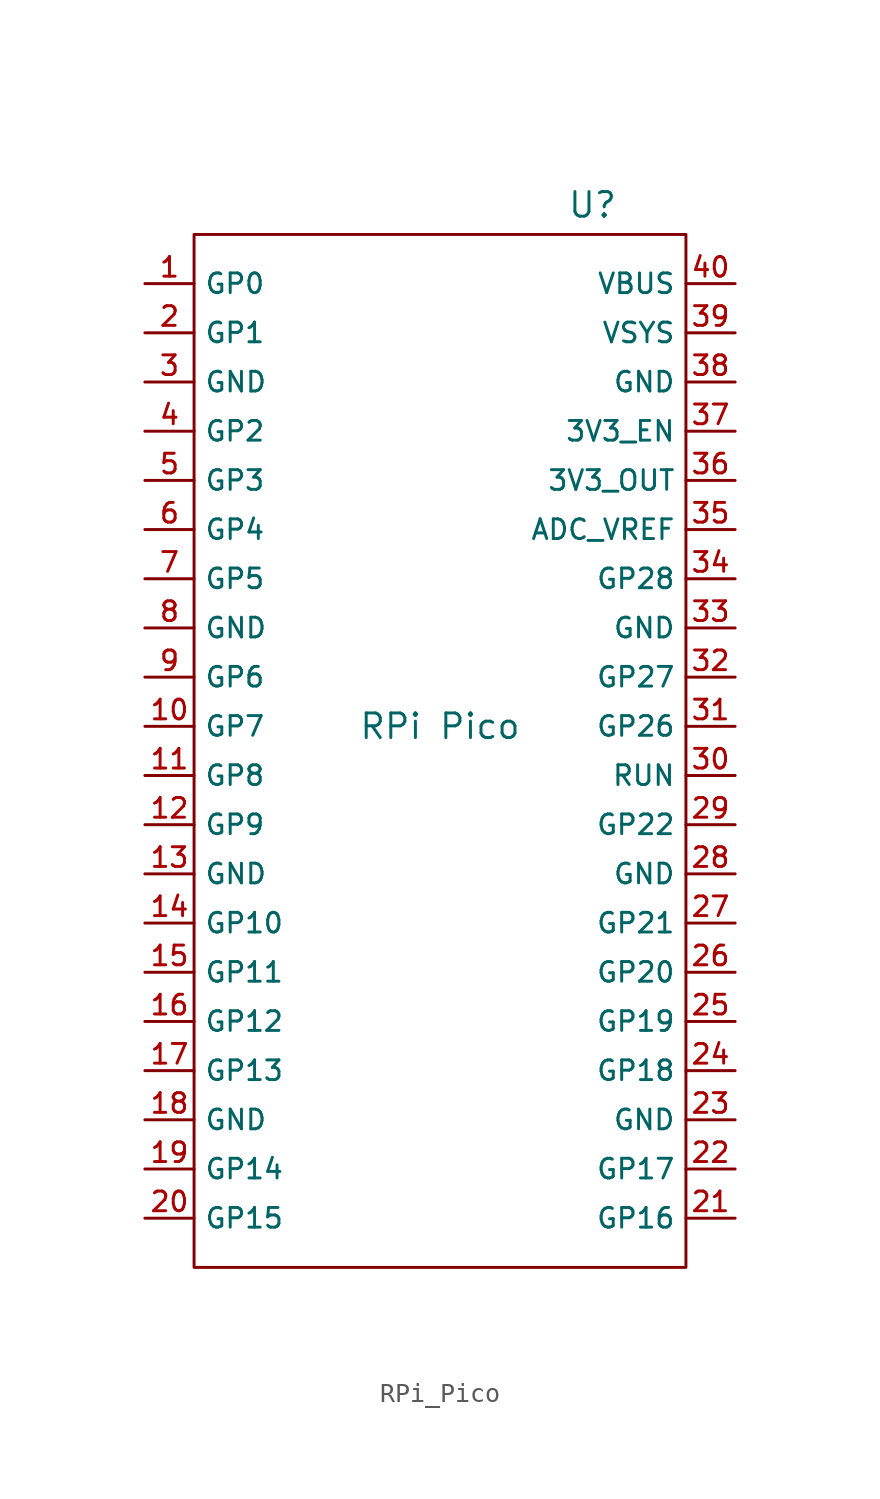
<source format=kicad_sym>
(kicad_symbol_lib
  (version 20231120)
  (generator "kicad_symbol_editor")
  (generator_version "8.0")
  (symbol "RPi_Pico"
    (property "Reference" "U"
      (at 7.874 26.924 0)
      (effects (font (size 1.27 1.27))))
    (property "Value" "RPi Pico"
      (at 0 0 0)
      (effects (font (size 1.27 1.27))))
    (symbol "RPi_Pico_0_1"
      (rectangle (start -12.7 25.4) (end 12.7 -27.94) (stroke (width 0) (type default)) (fill (type none))))
    (symbol "RPi_Pico_1_1"
      (pin passive line (at -15.24 22.86 0) (length 2.54) (name "GP0" (effects (font (size 1.016 1.016)))) (number "1" (effects (font (size 1.016 1.016)))))
      (pin passive line (at -15.24 0 0) (length 2.54) (name "GP7" (effects (font (size 1.016 1.016)))) (number "10" (effects (font (size 1.016 1.016)))))
      (pin passive line (at -15.24 -2.54 0) (length 2.54) (name "GP8" (effects (font (size 1.016 1.016)))) (number "11" (effects (font (size 1.016 1.016)))))
      (pin passive line (at -15.24 -5.08 0) (length 2.54) (name "GP9" (effects (font (size 1.016 1.016)))) (number "12" (effects (font (size 1.016 1.016)))))
      (pin passive line (at -15.24 -7.62 0) (length 2.54) (name "GND" (effects (font (size 1.016 1.016)))) (number "13" (effects (font (size 1.016 1.016)))))
      (pin passive line (at -15.24 -10.16 0) (length 2.54) (name "GP10" (effects (font (size 1.016 1.016)))) (number "14" (effects (font (size 1.016 1.016)))))
      (pin passive line (at -15.24 -12.7 0) (length 2.54) (name "GP11" (effects (font (size 1.016 1.016)))) (number "15" (effects (font (size 1.016 1.016)))))
      (pin passive line (at -15.24 -15.24 0) (length 2.54) (name "GP12" (effects (font (size 1.016 1.016)))) (number "16" (effects (font (size 1.016 1.016)))))
      (pin passive line (at -15.24 -17.78 0) (length 2.54) (name "GP13" (effects (font (size 1.016 1.016)))) (number "17" (effects (font (size 1.016 1.016)))))
      (pin passive line (at -15.24 -20.32 0) (length 2.54) (name "GND" (effects (font (size 1.016 1.016)))) (number "18" (effects (font (size 1.016 1.016)))))
      (pin passive line (at -15.24 -22.86 0) (length 2.54) (name "GP14" (effects (font (size 1.016 1.016)))) (number "19" (effects (font (size 1.016 1.016)))))
      (pin passive line (at -15.24 20.32 0) (length 2.54) (name "GP1" (effects (font (size 1.016 1.016)))) (number "2" (effects (font (size 1.016 1.016)))))
      (pin passive line (at -15.24 -25.4 0) (length 2.54) (name "GP15" (effects (font (size 1.016 1.016)))) (number "20" (effects (font (size 1.016 1.016)))))
      (pin passive line (at 15.24 -25.4 180) (length 2.54) (name "GP16" (effects (font (size 1.016 1.016)))) (number "21" (effects (font (size 1.016 1.016)))))
      (pin passive line (at 15.24 -22.86 180) (length 2.54) (name "GP17" (effects (font (size 1.016 1.016)))) (number "22" (effects (font (size 1.016 1.016)))))
      (pin passive line (at 15.24 -20.32 180) (length 2.54) (name "GND" (effects (font (size 1.016 1.016)))) (number "23" (effects (font (size 1.016 1.016)))))
      (pin passive line (at 15.24 -17.78 180) (length 2.54) (name "GP18" (effects (font (size 1.016 1.016)))) (number "24" (effects (font (size 1.016 1.016)))))
      (pin passive line (at 15.24 -15.24 180) (length 2.54) (name "GP19" (effects (font (size 1.016 1.016)))) (number "25" (effects (font (size 1.016 1.016)))))
      (pin passive line (at 15.24 -12.7 180) (length 2.54) (name "GP20" (effects (font (size 1.016 1.016)))) (number "26" (effects (font (size 1.016 1.016)))))
      (pin passive line (at 15.24 -10.16 180) (length 2.54) (name "GP21" (effects (font (size 1.016 1.016)))) (number "27" (effects (font (size 1.016 1.016)))))
      (pin passive line (at 15.24 -7.62 180) (length 2.54) (name "GND" (effects (font (size 1.016 1.016)))) (number "28" (effects (font (size 1.016 1.016)))))
      (pin passive line (at 15.24 -5.08 180) (length 2.54) (name "GP22" (effects (font (size 1.016 1.016)))) (number "29" (effects (font (size 1.016 1.016)))))
      (pin passive line (at -15.24 17.78 0) (length 2.54) (name "GND" (effects (font (size 1.016 1.016)))) (number "3" (effects (font (size 1.016 1.016)))))
      (pin passive line (at 15.24 -2.54 180) (length 2.54) (name "RUN" (effects (font (size 1.016 1.016)))) (number "30" (effects (font (size 1.016 1.016)))))
      (pin passive line (at 15.24 0 180) (length 2.54) (name "GP26" (effects (font (size 1.016 1.016)))) (number "31" (effects (font (size 1.016 1.016)))))
      (pin passive line (at 15.24 2.54 180) (length 2.54) (name "GP27" (effects (font (size 1.016 1.016)))) (number "32" (effects (font (size 1.016 1.016)))))
      (pin passive line (at 15.24 5.08 180) (length 2.54) (name "GND" (effects (font (size 1.016 1.016)))) (number "33" (effects (font (size 1.016 1.016)))))
      (pin passive line (at 15.24 7.62 180) (length 2.54) (name "GP28" (effects (font (size 1.016 1.016)))) (number "34" (effects (font (size 1.016 1.016)))))
      (pin passive line (at 15.24 10.16 180) (length 2.54) (name "ADC_VREF" (effects (font (size 1.016 1.016)))) (number "35" (effects (font (size 1.016 1.016)))))
      (pin passive line (at 15.24 12.7 180) (length 2.54) (name "3V3_OUT" (effects (font (size 1.016 1.016)))) (number "36" (effects (font (size 1.016 1.016)))))
      (pin passive line (at 15.24 15.24 180) (length 2.54) (name "3V3_EN" (effects (font (size 1.016 1.016)))) (number "37" (effects (font (size 1.016 1.016)))))
      (pin passive line (at 15.24 17.78 180) (length 2.54) (name "GND" (effects (font (size 1.016 1.016)))) (number "38" (effects (font (size 1.016 1.016)))))
      (pin passive line (at 15.24 20.32 180) (length 2.54) (name "VSYS" (effects (font (size 1.016 1.016)))) (number "39" (effects (font (size 1.016 1.016)))))
      (pin passive line (at -15.24 15.24 0) (length 2.54) (name "GP2" (effects (font (size 1.016 1.016)))) (number "4" (effects (font (size 1.016 1.016)))))
      (pin passive line (at 15.24 22.86 180) (length 2.54) (name "VBUS" (effects (font (size 1.016 1.016)))) (number "40" (effects (font (size 1.016 1.016)))))
      (pin passive line (at -15.24 12.7 0) (length 2.54) (name "GP3" (effects (font (size 1.016 1.016)))) (number "5" (effects (font (size 1.016 1.016)))))
      (pin passive line (at -15.24 10.16 0) (length 2.54) (name "GP4" (effects (font (size 1.016 1.016)))) (number "6" (effects (font (size 1.016 1.016)))))
      (pin passive line (at -15.24 7.62 0) (length 2.54) (name "GP5" (effects (font (size 1.016 1.016)))) (number "7" (effects (font (size 1.016 1.016)))))
      (pin passive line (at -15.24 5.08 0) (length 2.54) (name "GND" (effects (font (size 1.016 1.016)))) (number "8" (effects (font (size 1.016 1.016)))))
      (pin passive line (at -15.24 2.54 0) (length 2.54) (name "GP6" (effects (font (size 1.016 1.016)))) (number "9" (effects (font (size 1.016 1.016))))))))
</source>
